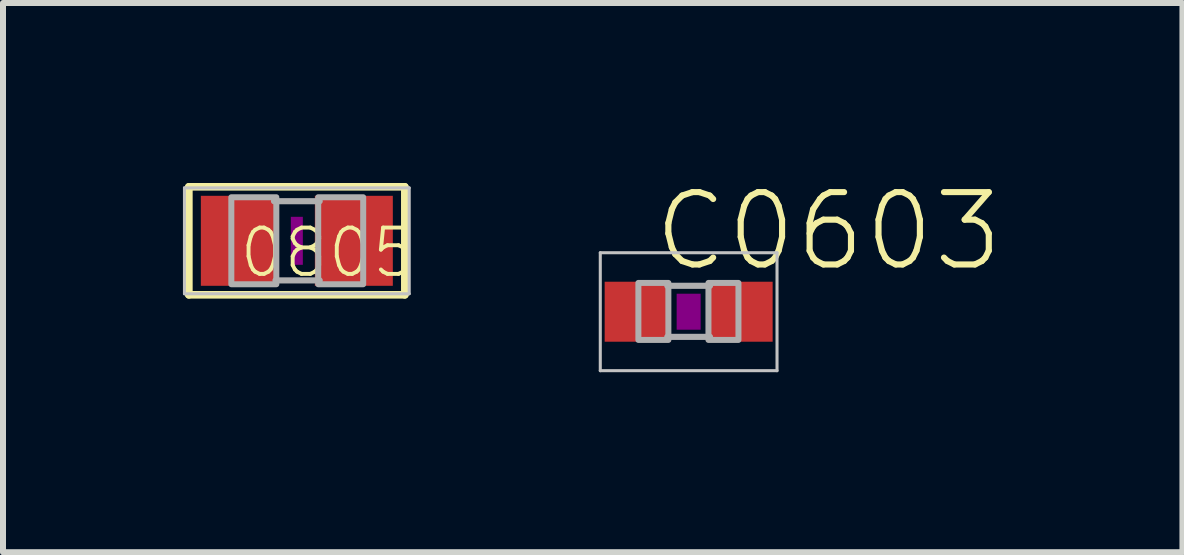
<source format=kicad_pcb>
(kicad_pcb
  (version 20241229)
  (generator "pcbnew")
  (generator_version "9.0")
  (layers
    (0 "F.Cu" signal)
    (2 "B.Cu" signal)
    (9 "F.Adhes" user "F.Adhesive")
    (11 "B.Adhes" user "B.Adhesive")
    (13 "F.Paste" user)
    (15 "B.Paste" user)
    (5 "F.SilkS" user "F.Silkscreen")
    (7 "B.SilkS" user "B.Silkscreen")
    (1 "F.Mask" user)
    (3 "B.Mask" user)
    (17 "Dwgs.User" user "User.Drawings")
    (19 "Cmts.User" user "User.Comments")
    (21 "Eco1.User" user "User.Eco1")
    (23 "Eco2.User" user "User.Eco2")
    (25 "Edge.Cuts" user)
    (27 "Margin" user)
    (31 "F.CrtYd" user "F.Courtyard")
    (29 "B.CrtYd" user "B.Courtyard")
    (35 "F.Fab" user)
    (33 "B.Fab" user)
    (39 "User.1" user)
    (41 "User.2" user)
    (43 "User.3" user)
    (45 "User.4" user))
  (footprint "C0603"
    (layer "F.Cu")
    (at 8.429 2.146)
    (property "Reference" "C0603" (at -0.635 -0.635 0) (layer "F.SilkS") (effects (font (size 1.206 1.206) (thickness 0.102)) (justify left bottom)))
    (attr through_hole)
    (fp_poly (pts (xy -0.2 0.3) (xy 0.2 0.3) (xy 0.2 -0.3) (xy -0.2 -0.3)) (stroke (width 0) (type solid)) (fill yes) (layer "F.Adhes"))
    (fp_line (start -1.473 -0.983) (end 1.473 -0.983) (stroke (width 0.051) (type solid)) (layer "Dwgs.User"))
    (fp_line (start -1.473 0.983) (end -1.473 -0.983) (stroke (width 0.051) (type solid)) (layer "Dwgs.User"))
    (fp_line (start 1.473 -0.983) (end 1.473 0.983) (stroke (width 0.051) (type solid)) (layer "Dwgs.User"))
    (fp_line (start 1.473 0.983) (end -1.473 0.983) (stroke (width 0.051) (type solid)) (layer "Dwgs.User"))
    (fp_line (start -0.356 -0.432) (end 0.356 -0.432) (stroke (width 0.102) (type solid)) (layer "F.Fab"))
    (fp_line (start -0.356 0.419) (end 0.356 0.419) (stroke (width 0.102) (type solid)) (layer "F.Fab"))
    (fp_poly (pts (xy -0.838 0.47) (xy -0.338 0.47) (xy -0.338 -0.48) (xy -0.838 -0.48)) (stroke (width 0.1) (type solid)) (fill no) (layer "F.Fab"))
    (fp_poly (pts (xy 0.33 0.47) (xy 0.83 0.47) (xy 0.83 -0.48) (xy 0.33 -0.48)) (stroke (width 0.1) (type solid)) (fill no) (layer "F.Fab"))
    (pad "1" smd rect (at -0.85 0) (size 1.1 1) (layers "F.Cu" "F.Mask" "F.Paste"))
    (pad "2" smd rect (at 0.85 0) (size 1.1 1) (layers "F.Cu" "F.Mask" "F.Paste")))
  (footprint "0805"
    (layer "F.Cu")
    (at 1.898 0.964)
    (property "Reference" "0805" (at 2.032 -0.254 0) (layer "F.SilkS") (effects (font (size 0.772 0.772) (thickness 0.065)) (justify right top)))
    (attr through_hole)
    (fp_line (start -1.8 -0.9) (end 1.8 -0.9) (stroke (width 0.127) (type solid)) (layer "F.SilkS"))
    (fp_line (start -1.8 0.9) (end -1.8 -0.9) (stroke (width 0.127) (type solid)) (layer "F.SilkS"))
    (fp_line (start 1.8 -0.9) (end 1.8 0.9) (stroke (width 0.127) (type solid)) (layer "F.SilkS"))
    (fp_line (start 1.8 0.9) (end -1.8 0.9) (stroke (width 0.127) (type solid)) (layer "F.SilkS"))
    (fp_poly (pts (xy -0.1 0.4) (xy 0.1 0.4) (xy 0.1 -0.4) (xy -0.1 -0.4)) (stroke (width 0) (type solid)) (fill yes) (layer "F.Adhes"))
    (fp_line (start -1.873 -0.883) (end 1.873 -0.883) (stroke (width 0.051) (type solid)) (layer "Dwgs.User"))
    (fp_line (start -1.873 0.883) (end -1.873 -0.883) (stroke (width 0.051) (type solid)) (layer "Dwgs.User"))
    (fp_line (start 1.873 -0.883) (end 1.873 0.883) (stroke (width 0.051) (type solid)) (layer "Dwgs.User"))
    (fp_line (start 1.873 0.883) (end -1.873 0.883) (stroke (width 0.051) (type solid)) (layer "Dwgs.User"))
    (fp_line (start -0.381 -0.66) (end 0.381 -0.66) (stroke (width 0.102) (type solid)) (layer "F.Fab"))
    (fp_line (start -0.356 0.66) (end 0.381 0.66) (stroke (width 0.102) (type solid)) (layer "F.Fab"))
    (fp_poly (pts (xy -1.092 0.724) (xy -0.342 0.724) (xy -0.342 -0.726) (xy -1.092 -0.726)) (stroke (width 0.1) (type solid)) (fill no) (layer "F.Fab"))
    (fp_poly (pts (xy 0.356 0.724) (xy 1.106 0.724) (xy 1.106 -0.726) (xy 0.356 -0.726)) (stroke (width 0.1) (type solid)) (fill no) (layer "F.Fab"))
    (pad "1" smd rect (at -0.95 0) (size 1.3 1.5) (layers "F.Cu" "F.Mask" "F.Paste"))
    (pad "2" smd rect (at 0.95 0) (size 1.3 1.5) (layers "F.Cu" "F.Mask" "F.Paste")))
  (gr_rect
    (start -3 -3)
    (end 16.66 6.155)
    (stroke (width 0.1) (type default))
    (fill no)
    (layer "Edge.Cuts")))
</source>
